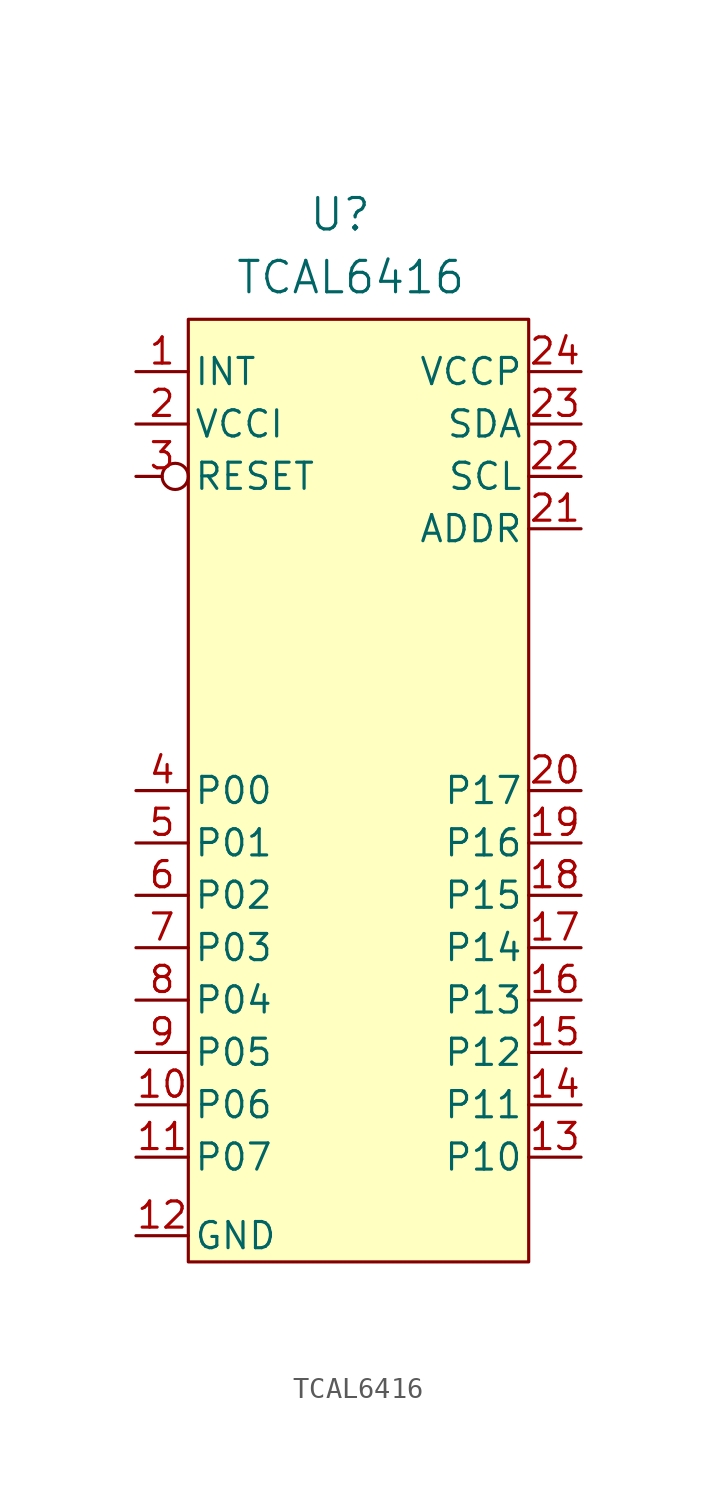
<source format=kicad_sym>
(kicad_symbol_lib
  (version 20231120)
  (generator "kicad_symbol_editor")
  (generator_version "8.0")
  (symbol "TCAL6416"
    (pin_names
      (offset 0.254))
    (property "Reference" "U"
      (at 14.986 17.78 0)
      (effects (font (size 1.524 1.524))))
    (property "Value" "TCAL6416"
      (at 15.494 14.732 0)
      (effects (font (size 1.524 1.524))))
    (property "ki_locked" ""
      (at 0 0 0)
      (effects (font (size 1.27 1.27))))
    (symbol "TCAL6416_0_1"
      (pin output line (at 5.08 10.16 0) (length 2.54) (name "INT" (effects (font (size 1.27 1.27)))) (number "1" (effects (font (size 1.27 1.27)))))
      (pin bidirectional line (at 5.08 -25.4 0) (length 2.54) (name "P06" (effects (font (size 1.27 1.27)))) (number "10" (effects (font (size 1.27 1.27)))))
      (pin bidirectional line (at 5.08 -27.94 0) (length 2.54) (name "P07" (effects (font (size 1.27 1.27)))) (number "11" (effects (font (size 1.27 1.27)))))
      (pin bidirectional line (at 26.67 -27.94 180) (length 2.54) (name "P10" (effects (font (size 1.27 1.27)))) (number "13" (effects (font (size 1.27 1.27)))))
      (pin bidirectional line (at 26.67 -25.4 180) (length 2.54) (name "P11" (effects (font (size 1.27 1.27)))) (number "14" (effects (font (size 1.27 1.27)))))
      (pin bidirectional line (at 26.67 -22.86 180) (length 2.54) (name "P12" (effects (font (size 1.27 1.27)))) (number "15" (effects (font (size 1.27 1.27)))))
      (pin bidirectional line (at 26.67 -20.32 180) (length 2.54) (name "P13" (effects (font (size 1.27 1.27)))) (number "16" (effects (font (size 1.27 1.27)))))
      (pin bidirectional line (at 26.67 -17.78 180) (length 2.54) (name "P14" (effects (font (size 1.27 1.27)))) (number "17" (effects (font (size 1.27 1.27)))))
      (pin bidirectional line (at 26.67 -15.24 180) (length 2.54) (name "P15" (effects (font (size 1.27 1.27)))) (number "18" (effects (font (size 1.27 1.27)))))
      (pin bidirectional line (at 26.67 -12.7 180) (length 2.54) (name "P16" (effects (font (size 1.27 1.27)))) (number "19" (effects (font (size 1.27 1.27)))))
      (pin power_in line (at 5.08 7.62 0) (length 2.54) (name "VCCI" (effects (font (size 1.27 1.27)))) (number "2" (effects (font (size 1.27 1.27)))))
      (pin bidirectional line (at 26.67 -10.16 180) (length 2.54) (name "P17" (effects (font (size 1.27 1.27)))) (number "20" (effects (font (size 1.27 1.27)))))
      (pin input line (at 26.67 2.54 180) (length 2.54) (name "ADDR" (effects (font (size 1.27 1.27)))) (number "21" (effects (font (size 1.27 1.27)))))
      (pin input line (at 26.67 5.08 180) (length 2.54) (name "SCL" (effects (font (size 1.27 1.27)))) (number "22" (effects (font (size 1.27 1.27)))))
      (pin bidirectional line (at 26.67 7.62 180) (length 2.54) (name "SDA" (effects (font (size 1.27 1.27)))) (number "23" (effects (font (size 1.27 1.27)))))
      (pin power_in line (at 26.67 10.16 180) (length 2.54) (name "VCCP" (effects (font (size 1.27 1.27)))) (number "24" (effects (font (size 1.27 1.27)))))
      (pin input inverted (at 5.08 5.08 0) (length 2.54) (name "RESET" (effects (font (size 1.27 1.27)))) (number "3" (effects (font (size 1.27 1.27)))))
      (pin bidirectional line (at 5.08 -10.16 0) (length 2.54) (name "P00" (effects (font (size 1.27 1.27)))) (number "4" (effects (font (size 1.27 1.27)))))
      (pin bidirectional line (at 5.08 -12.7 0) (length 2.54) (name "P01" (effects (font (size 1.27 1.27)))) (number "5" (effects (font (size 1.27 1.27)))))
      (pin bidirectional line (at 5.08 -15.24 0) (length 2.54) (name "P02" (effects (font (size 1.27 1.27)))) (number "6" (effects (font (size 1.27 1.27)))))
      (pin bidirectional line (at 5.08 -17.78 0) (length 2.54) (name "P03" (effects (font (size 1.27 1.27)))) (number "7" (effects (font (size 1.27 1.27)))))
      (pin bidirectional line (at 5.08 -20.32 0) (length 2.54) (name "P04" (effects (font (size 1.27 1.27)))) (number "8" (effects (font (size 1.27 1.27)))))
      (pin bidirectional line (at 5.08 -22.86 0) (length 2.54) (name "P05" (effects (font (size 1.27 1.27)))) (number "9" (effects (font (size 1.27 1.27))))))
    (symbol "TCAL6416_1_1"
      (rectangle (start 7.62 12.7) (end 24.13 -33.02) (stroke (width 0) (type default)) (fill (type background)))
      (pin power_in line (at 5.08 -31.75 0) (length 2.54) (name "GND" (effects (font (size 1.27 1.27)))) (number "12" (effects (font (size 1.27 1.27))))))))
</source>
